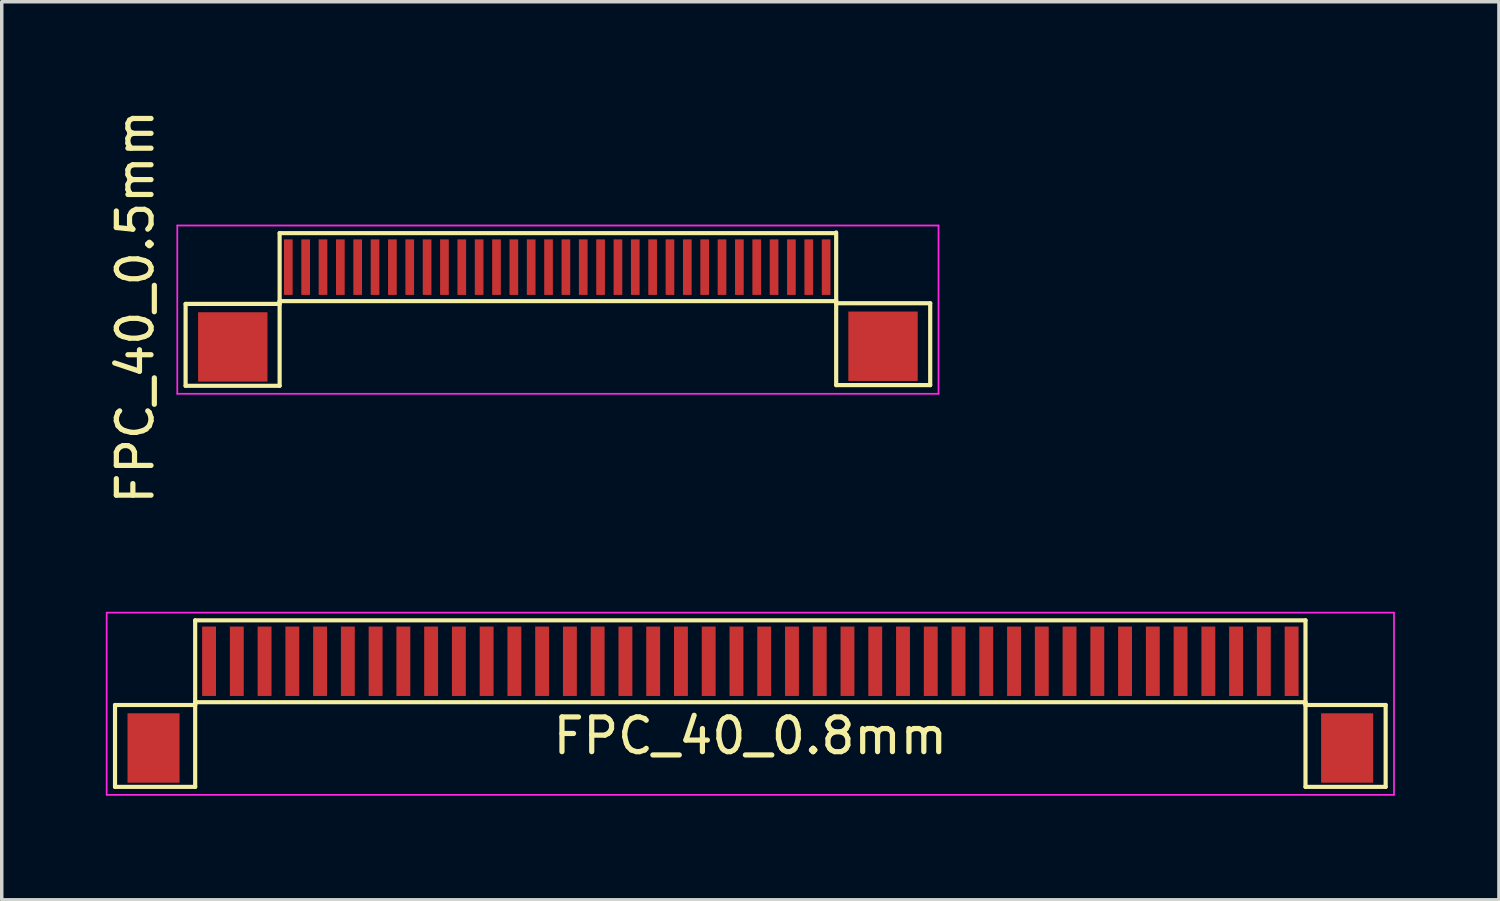
<source format=kicad_pcb>
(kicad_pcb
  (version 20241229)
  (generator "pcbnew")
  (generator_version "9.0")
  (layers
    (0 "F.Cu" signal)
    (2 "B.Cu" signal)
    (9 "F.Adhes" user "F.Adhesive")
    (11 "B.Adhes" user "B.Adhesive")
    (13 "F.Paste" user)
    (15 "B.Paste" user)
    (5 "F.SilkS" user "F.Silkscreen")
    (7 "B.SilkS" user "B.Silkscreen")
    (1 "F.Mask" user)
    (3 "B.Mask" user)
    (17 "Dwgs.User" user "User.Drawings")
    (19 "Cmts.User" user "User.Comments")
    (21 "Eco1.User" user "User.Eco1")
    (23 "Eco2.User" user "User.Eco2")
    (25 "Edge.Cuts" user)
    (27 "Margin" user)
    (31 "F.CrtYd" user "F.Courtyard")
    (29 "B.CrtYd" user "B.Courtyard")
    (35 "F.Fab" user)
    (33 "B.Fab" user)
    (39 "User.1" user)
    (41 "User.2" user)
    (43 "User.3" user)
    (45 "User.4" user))
  (footprint "FPC_40_0.5mm"
    (layer "F.Cu")
    (at 15.009 4.649)
    (property "Reference" "FPC_40_0.5mm" (at -14.161 1.143 90) (layer "F.SilkS") (effects (font (size 1 1) (thickness 0.15))))
    (attr smd)
    (fp_line (start -12.71 1.06) (end -10 1.06) (stroke (width 0.12) (type solid)) (layer "F.SilkS"))
    (fp_line (start -12.71 3.42) (end -12.71 1.06) (stroke (width 0.12) (type solid)) (layer "F.SilkS"))
    (fp_line (start -10 -0.98) (end 6 -0.98) (stroke (width 0.12) (type solid)) (layer "F.SilkS"))
    (fp_line (start -10 0.98) (end -10 3.42) (stroke (width 0.12) (type solid)) (layer "F.SilkS"))
    (fp_line (start -10 0.98) (end 6 0.98) (stroke (width 0.12) (type solid)) (layer "F.SilkS"))
    (fp_line (start -10 1.06) (end -10 -0.98) (stroke (width 0.12) (type solid)) (layer "F.SilkS"))
    (fp_line (start -10 3.42) (end -12.71 3.42) (stroke (width 0.12) (type solid)) (layer "F.SilkS"))
    (fp_line (start 6.04 0.96) (end 6.04 3.4) (stroke (width 0.12) (type solid)) (layer "F.SilkS"))
    (fp_line (start 6.04 1.04) (end 6.04 -1) (stroke (width 0.12) (type solid)) (layer "F.SilkS"))
    (fp_line (start 6.04 3.4) (end 8.75 3.4) (stroke (width 0.12) (type solid)) (layer "F.SilkS"))
    (fp_line (start 8.75 1.04) (end 6.04 1.04) (stroke (width 0.12) (type solid)) (layer "F.SilkS"))
    (fp_line (start 8.75 3.4) (end 8.75 1.04) (stroke (width 0.12) (type solid)) (layer "F.SilkS"))
    (fp_line (start -12.95 -1.2) (end -12.95 3.65) (stroke (width 0.05) (type solid)) (layer "F.CrtYd"))
    (fp_line (start -12.95 -1.2) (end 8.99 -1.2) (stroke (width 0.05) (type solid)) (layer "F.CrtYd"))
    (fp_line (start -12.95 3.65) (end 8.99 3.65) (stroke (width 0.05) (type solid)) (layer "F.CrtYd"))
    (fp_line (start 8.99 -1.2) (end 8.99 3.65) (stroke (width 0.05) (type solid)) (layer "F.CrtYd"))
    (pad "1" smd rect (at -9.75 0) (size 0.25 1.6) (layers "F.Cu" "F.Mask" "F.Paste"))
    (pad "2" smd rect (at -9.25 0) (size 0.25 1.6) (layers "F.Cu" "F.Mask" "F.Paste"))
    (pad "3" smd rect (at -8.75 0) (size 0.25 1.6) (layers "F.Cu" "F.Mask" "F.Paste"))
    (pad "4" smd rect (at -8.25 0) (size 0.25 1.6) (layers "F.Cu" "F.Mask" "F.Paste"))
    (pad "5" smd rect (at -7.75 0) (size 0.25 1.6) (layers "F.Cu" "F.Mask" "F.Paste"))
    (pad "6" smd rect (at -7.25 0) (size 0.25 1.6) (layers "F.Cu" "F.Mask" "F.Paste"))
    (pad "7" smd rect (at -6.75 0) (size 0.25 1.6) (layers "F.Cu" "F.Mask" "F.Paste"))
    (pad "8" smd rect (at -6.25 0) (size 0.25 1.6) (layers "F.Cu" "F.Mask" "F.Paste"))
    (pad "9" smd rect (at -5.75 0) (size 0.25 1.6) (layers "F.Cu" "F.Mask" "F.Paste"))
    (pad "10" smd rect (at -5.25 0) (size 0.25 1.6) (layers "F.Cu" "F.Mask" "F.Paste"))
    (pad "11" smd rect (at -4.75 0) (size 0.25 1.6) (layers "F.Cu" "F.Mask" "F.Paste"))
    (pad "12" smd rect (at -4.25 0) (size 0.25 1.6) (layers "F.Cu" "F.Mask" "F.Paste"))
    (pad "13" smd rect (at -3.75 0) (size 0.25 1.6) (layers "F.Cu" "F.Mask" "F.Paste"))
    (pad "14" smd rect (at -3.25 0) (size 0.25 1.6) (layers "F.Cu" "F.Mask" "F.Paste"))
    (pad "15" smd rect (at -2.75 0) (size 0.25 1.6) (layers "F.Cu" "F.Mask" "F.Paste"))
    (pad "16" smd rect (at -2.25 0) (size 0.25 1.6) (layers "F.Cu" "F.Mask" "F.Paste"))
    (pad "17" smd rect (at -1.75 0) (size 0.25 1.6) (layers "F.Cu" "F.Mask" "F.Paste"))
    (pad "18" smd rect (at -1.25 0) (size 0.25 1.6) (layers "F.Cu" "F.Mask" "F.Paste"))
    (pad "19" smd rect (at -0.75 0) (size 0.25 1.6) (layers "F.Cu" "F.Mask" "F.Paste"))
    (pad "20" smd rect (at -0.25 0) (size 0.25 1.6) (layers "F.Cu" "F.Mask" "F.Paste"))
    (pad "21" smd rect (at 0.25 0) (size 0.25 1.6) (layers "F.Cu" "F.Mask" "F.Paste"))
    (pad "22" smd rect (at 0.75 0) (size 0.25 1.6) (layers "F.Cu" "F.Mask" "F.Paste"))
    (pad "23" smd rect (at 1.25 0) (size 0.25 1.6) (layers "F.Cu" "F.Mask" "F.Paste"))
    (pad "24" smd rect (at 1.75 0) (size 0.25 1.6) (layers "F.Cu" "F.Mask" "F.Paste"))
    (pad "25" smd rect (at 2.25 0) (size 0.25 1.6) (layers "F.Cu" "F.Mask" "F.Paste"))
    (pad "26" smd rect (at 2.75 0) (size 0.25 1.6) (layers "F.Cu" "F.Mask" "F.Paste"))
    (pad "27" smd rect (at 3.25 0) (size 0.25 1.6) (layers "F.Cu" "F.Mask" "F.Paste"))
    (pad "28" smd rect (at 3.75 0) (size 0.25 1.6) (layers "F.Cu" "F.Mask" "F.Paste"))
    (pad "29" smd rect (at 4.25 0) (size 0.25 1.6) (layers "F.Cu" "F.Mask" "F.Paste"))
    (pad "30" smd rect (at 4.75 0) (size 0.25 1.6) (layers "F.Cu" "F.Mask" "F.Paste"))
    (pad "31" smd rect (at 5.25 0) (size 0.25 1.6) (layers "F.Cu" "F.Mask" "F.Paste"))
    (pad "32" smd rect (at 5.75 0) (size 0.25 1.6) (layers "F.Cu" "F.Mask" "F.Paste"))
    (pad "MP" smd rect (at -11.35 2.3) (size 2 2) (layers "F.Cu" "F.Mask" "F.Paste"))
    (pad "MP" smd rect (at 7.39 2.28) (size 2 2) (layers "F.Cu" "F.Mask" "F.Paste")))
  (footprint "FPC_40_0.8mm"
    (layer "F.Cu")
    (at 18.575 16.008)
    (property "Reference" "FPC_40_0.8mm" (at 0 2.15 0) (layer "F.SilkS") (effects (font (size 1 1) (thickness 0.15))))
    (attr smd)
    (fp_line (start -18.31 1.26) (end -16 1.26) (stroke (width 0.12) (type solid)) (layer "F.SilkS"))
    (fp_line (start -18.31 3.62) (end -18.31 1.26) (stroke (width 0.12) (type solid)) (layer "F.SilkS"))
    (fp_line (start -16 -1.18) (end 16 -1.18) (stroke (width 0.12) (type solid)) (layer "F.SilkS"))
    (fp_line (start -16 1.18) (end -16 3.62) (stroke (width 0.12) (type solid)) (layer "F.SilkS"))
    (fp_line (start -16 1.18) (end 16 1.18) (stroke (width 0.12) (type solid)) (layer "F.SilkS"))
    (fp_line (start -16 1.26) (end -16 -1.18) (stroke (width 0.12) (type solid)) (layer "F.SilkS"))
    (fp_line (start -16 3.62) (end -18.31 3.62) (stroke (width 0.12) (type solid)) (layer "F.SilkS"))
    (fp_line (start 16 1.18) (end 16 3.62) (stroke (width 0.12) (type solid)) (layer "F.SilkS"))
    (fp_line (start 16 1.26) (end 16 -1.18) (stroke (width 0.12) (type solid)) (layer "F.SilkS"))
    (fp_line (start 16 3.62) (end 18.31 3.62) (stroke (width 0.12) (type solid)) (layer "F.SilkS"))
    (fp_line (start 18.31 1.26) (end 16 1.26) (stroke (width 0.12) (type solid)) (layer "F.SilkS"))
    (fp_line (start 18.31 3.62) (end 18.31 1.26) (stroke (width 0.12) (type solid)) (layer "F.SilkS"))
    (fp_line (start -18.55 -1.4) (end -18.55 3.85) (stroke (width 0.05) (type solid)) (layer "F.CrtYd"))
    (fp_line (start -18.55 -1.4) (end 18.55 -1.4) (stroke (width 0.05) (type solid)) (layer "F.CrtYd"))
    (fp_line (start -18.55 3.85) (end 18.55 3.85) (stroke (width 0.05) (type solid)) (layer "F.CrtYd"))
    (fp_line (start 18.55 -1.4) (end 18.55 3.85) (stroke (width 0.05) (type solid)) (layer "F.CrtYd"))
    (pad "1" smd rect (at -15.6 0) (size 0.4 2) (layers "F.Cu" "F.Mask" "F.Paste"))
    (pad "2" smd rect (at -14.8 0) (size 0.4 2) (layers "F.Cu" "F.Mask" "F.Paste"))
    (pad "3" smd rect (at -14 0) (size 0.4 2) (layers "F.Cu" "F.Mask" "F.Paste"))
    (pad "4" smd rect (at -13.2 0) (size 0.4 2) (layers "F.Cu" "F.Mask" "F.Paste"))
    (pad "5" smd rect (at -12.4 0) (size 0.4 2) (layers "F.Cu" "F.Mask" "F.Paste"))
    (pad "6" smd rect (at -11.6 0) (size 0.4 2) (layers "F.Cu" "F.Mask" "F.Paste"))
    (pad "7" smd rect (at -10.8 0) (size 0.4 2) (layers "F.Cu" "F.Mask" "F.Paste"))
    (pad "8" smd rect (at -10 0) (size 0.4 2) (layers "F.Cu" "F.Mask" "F.Paste"))
    (pad "9" smd rect (at -9.2 0) (size 0.4 2) (layers "F.Cu" "F.Mask" "F.Paste"))
    (pad "10" smd rect (at -8.4 0) (size 0.4 2) (layers "F.Cu" "F.Mask" "F.Paste"))
    (pad "11" smd rect (at -7.6 0) (size 0.4 2) (layers "F.Cu" "F.Mask" "F.Paste"))
    (pad "12" smd rect (at -6.8 0) (size 0.4 2) (layers "F.Cu" "F.Mask" "F.Paste"))
    (pad "13" smd rect (at -6 0) (size 0.4 2) (layers "F.Cu" "F.Mask" "F.Paste"))
    (pad "14" smd rect (at -5.2 0) (size 0.4 2) (layers "F.Cu" "F.Mask" "F.Paste"))
    (pad "15" smd rect (at -4.4 0) (size 0.4 2) (layers "F.Cu" "F.Mask" "F.Paste"))
    (pad "16" smd rect (at -3.6 0) (size 0.4 2) (layers "F.Cu" "F.Mask" "F.Paste"))
    (pad "17" smd rect (at -2.8 0) (size 0.4 2) (layers "F.Cu" "F.Mask" "F.Paste"))
    (pad "18" smd rect (at -2 0) (size 0.4 2) (layers "F.Cu" "F.Mask" "F.Paste"))
    (pad "19" smd rect (at -1.2 0) (size 0.4 2) (layers "F.Cu" "F.Mask" "F.Paste"))
    (pad "20" smd rect (at -0.4 0) (size 0.4 2) (layers "F.Cu" "F.Mask" "F.Paste"))
    (pad "21" smd rect (at 0.4 0) (size 0.4 2) (layers "F.Cu" "F.Mask" "F.Paste"))
    (pad "22" smd rect (at 1.2 0) (size 0.4 2) (layers "F.Cu" "F.Mask" "F.Paste"))
    (pad "23" smd rect (at 2 0) (size 0.4 2) (layers "F.Cu" "F.Mask" "F.Paste"))
    (pad "24" smd rect (at 2.8 0) (size 0.4 2) (layers "F.Cu" "F.Mask" "F.Paste"))
    (pad "25" smd rect (at 3.6 0) (size 0.4 2) (layers "F.Cu" "F.Mask" "F.Paste"))
    (pad "26" smd rect (at 4.4 0) (size 0.4 2) (layers "F.Cu" "F.Mask" "F.Paste"))
    (pad "27" smd rect (at 5.2 0) (size 0.4 2) (layers "F.Cu" "F.Mask" "F.Paste"))
    (pad "28" smd rect (at 6 0) (size 0.4 2) (layers "F.Cu" "F.Mask" "F.Paste"))
    (pad "29" smd rect (at 6.8 0) (size 0.4 2) (layers "F.Cu" "F.Mask" "F.Paste"))
    (pad "30" smd rect (at 7.6 0) (size 0.4 2) (layers "F.Cu" "F.Mask" "F.Paste"))
    (pad "31" smd rect (at 8.4 0) (size 0.4 2) (layers "F.Cu" "F.Mask" "F.Paste"))
    (pad "32" smd rect (at 9.2 0) (size 0.4 2) (layers "F.Cu" "F.Mask" "F.Paste"))
    (pad "33" smd rect (at 10 0) (size 0.4 2) (layers "F.Cu" "F.Mask" "F.Paste"))
    (pad "34" smd rect (at 10.8 0) (size 0.4 2) (layers "F.Cu" "F.Mask" "F.Paste"))
    (pad "35" smd rect (at 11.6 0) (size 0.4 2) (layers "F.Cu" "F.Mask" "F.Paste"))
    (pad "36" smd rect (at 12.4 0) (size 0.4 2) (layers "F.Cu" "F.Mask" "F.Paste"))
    (pad "37" smd rect (at 13.2 0) (size 0.4 2) (layers "F.Cu" "F.Mask" "F.Paste"))
    (pad "38" smd rect (at 14 0) (size 0.4 2) (layers "F.Cu" "F.Mask" "F.Paste"))
    (pad "39" smd rect (at 14.8 0) (size 0.4 2) (layers "F.Cu" "F.Mask" "F.Paste"))
    (pad "40" smd rect (at 15.6 0) (size 0.4 2) (layers "F.Cu" "F.Mask" "F.Paste"))
    (pad "MP" smd rect (at -17.2 2.5) (size 1.5 2) (layers "F.Cu" "F.Mask" "F.Paste"))
    (pad "MP" smd rect (at 17.2 2.5) (size 1.5 2) (layers "F.Cu" "F.Mask" "F.Paste")))
  (gr_rect
    (start -3 -3)
    (end 40.15 22.883)
    (stroke (width 0.1) (type default))
    (fill no)
    (layer "Edge.Cuts")))
</source>
